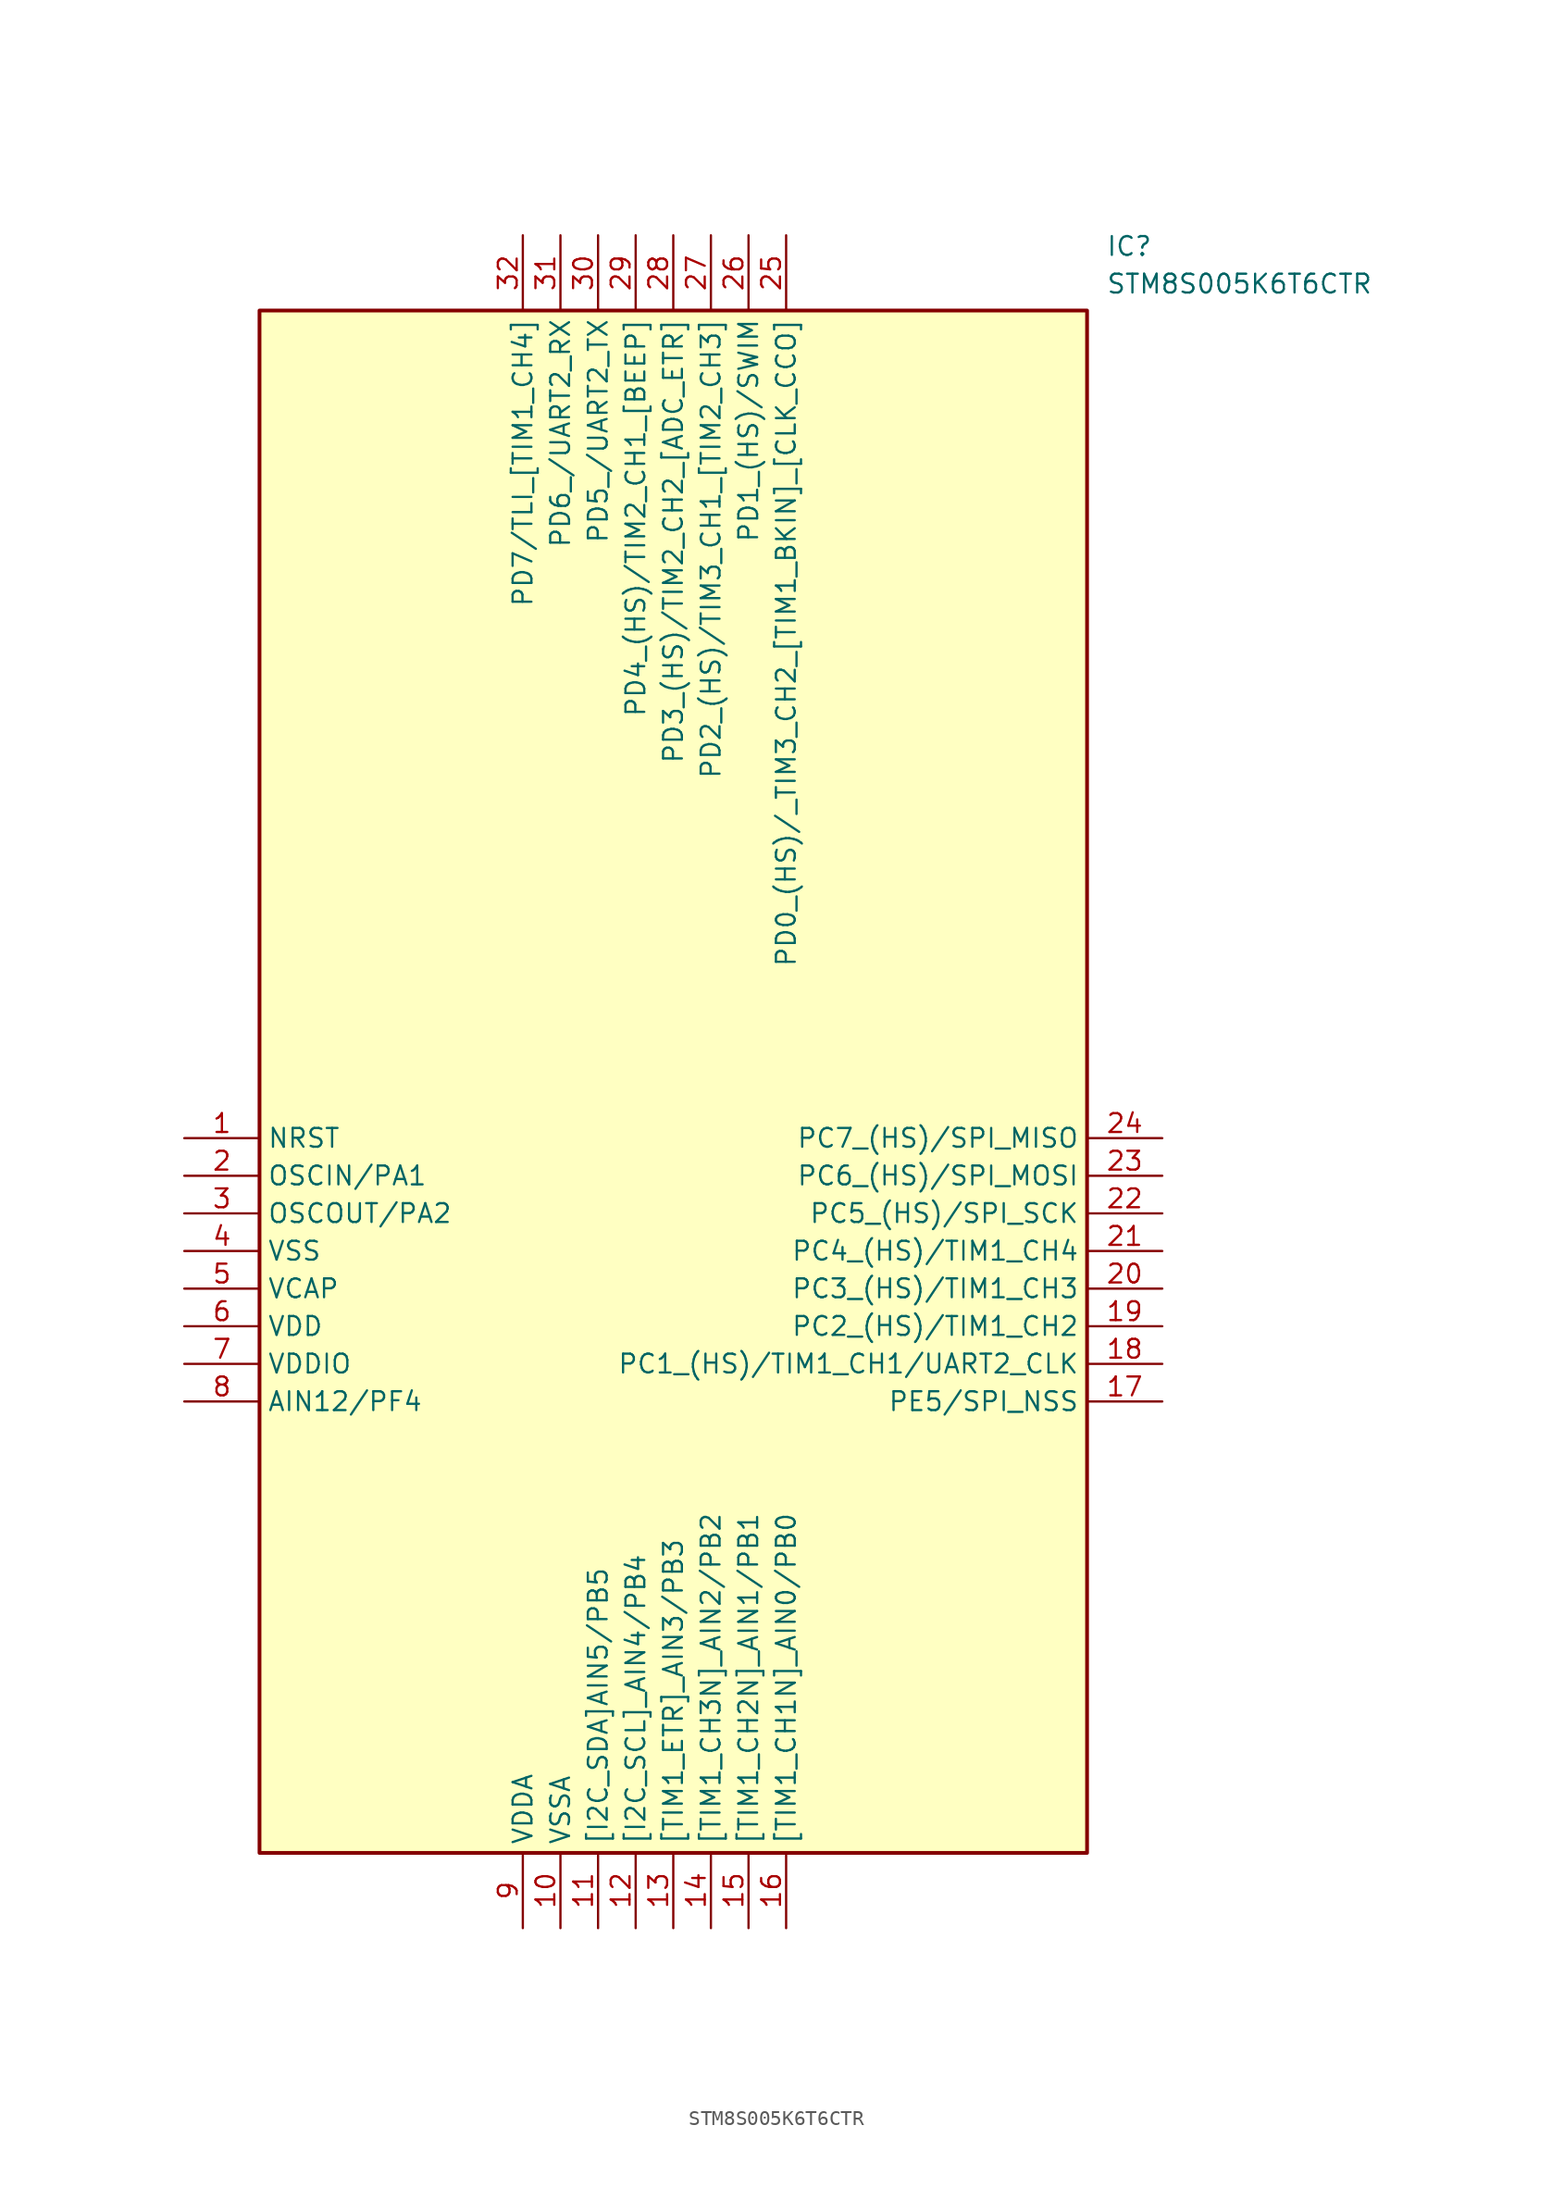
<source format=kicad_sym>
(kicad_symbol_lib
  (version 20211014)
  (generator SamacSys_ECAD_Model)
  (symbol "STM8S005K6T6CTR"
    (property "Reference" "IC"
      (at 62.23 60.96 0)
      (effects (font (size 1.27 1.27)) (justify left top)))
    (property "Value" "STM8S005K6T6CTR"
      (at 62.23 58.42 0)
      (effects (font (size 1.27 1.27)) (justify left top)))
    (rectangle
      (start 5.08 55.88)
      (end 60.96 -48.26)
      (stroke (width 0.254) (type default))
      (fill (type background)))
    (pin input line
      (at 0 0 0)
      (length 5.08)
      (name "NRST" (effects (font (size 1.27 1.27))))
      (number "1" (effects (font (size 1.27 1.27)))))
    (pin input line
      (at 0 -2.54 0)
      (length 5.08)
      (name "OSCIN/PA1" (effects (font (size 1.27 1.27))))
      (number "2" (effects (font (size 1.27 1.27)))))
    (pin output line
      (at 0 -5.08 0)
      (length 5.08)
      (name "OSCOUT/PA2" (effects (font (size 1.27 1.27))))
      (number "3" (effects (font (size 1.27 1.27)))))
    (pin power_in line
      (at 0 -7.62 0)
      (length 5.08)
      (name "VSS" (effects (font (size 1.27 1.27))))
      (number "4" (effects (font (size 1.27 1.27)))))
    (pin passive line
      (at 0 -10.16 0)
      (length 5.08)
      (name "VCAP" (effects (font (size 1.27 1.27))))
      (number "5" (effects (font (size 1.27 1.27)))))
    (pin power_in line
      (at 0 -12.7 0)
      (length 5.08)
      (name "VDD" (effects (font (size 1.27 1.27))))
      (number "6" (effects (font (size 1.27 1.27)))))
    (pin power_in line
      (at 0 -15.24 0)
      (length 5.08)
      (name "VDDIO" (effects (font (size 1.27 1.27))))
      (number "7" (effects (font (size 1.27 1.27)))))
    (pin input line
      (at 0 -17.78 0)
      (length 5.08)
      (name "AIN12/PF4" (effects (font (size 1.27 1.27))))
      (number "8" (effects (font (size 1.27 1.27)))))
    (pin power_in line
      (at 22.86 -53.34 90)
      (length 5.08)
      (name "VDDA" (effects (font (size 1.27 1.27))))
      (number "9" (effects (font (size 1.27 1.27)))))
    (pin power_in line
      (at 25.4 -53.34 90)
      (length 5.08)
      (name "VSSA" (effects (font (size 1.27 1.27))))
      (number "10" (effects (font (size 1.27 1.27)))))
    (pin input line
      (at 27.94 -53.34 90)
      (length 5.08)
      (name "[I2C_SDA]AIN5/PB5" (effects (font (size 1.27 1.27))))
      (number "11" (effects (font (size 1.27 1.27)))))
    (pin input line
      (at 30.48 -53.34 90)
      (length 5.08)
      (name "[I2C_SCL]_AIN4/PB4" (effects (font (size 1.27 1.27))))
      (number "12" (effects (font (size 1.27 1.27)))))
    (pin input line
      (at 33.02 -53.34 90)
      (length 5.08)
      (name "[TIM1_ETR]_AIN3/PB3" (effects (font (size 1.27 1.27))))
      (number "13" (effects (font (size 1.27 1.27)))))
    (pin input line
      (at 35.56 -53.34 90)
      (length 5.08)
      (name "[TIM1_CH3N]_AIN2/PB2" (effects (font (size 1.27 1.27))))
      (number "14" (effects (font (size 1.27 1.27)))))
    (pin input line
      (at 38.1 -53.34 90)
      (length 5.08)
      (name "[TIM1_CH2N]_AIN1/PB1" (effects (font (size 1.27 1.27))))
      (number "15" (effects (font (size 1.27 1.27)))))
    (pin input line
      (at 40.64 -53.34 90)
      (length 5.08)
      (name "[TIM1_CH1N]_AIN0/PB0" (effects (font (size 1.27 1.27))))
      (number "16" (effects (font (size 1.27 1.27)))))
    (pin passive line
      (at 66.04 0 180)
      (length 5.08)
      (name "PC7_(HS)/SPI_MISO" (effects (font (size 1.27 1.27))))
      (number "24" (effects (font (size 1.27 1.27)))))
    (pin passive line
      (at 66.04 -2.54 180)
      (length 5.08)
      (name "PC6_(HS)/SPI_MOSI" (effects (font (size 1.27 1.27))))
      (number "23" (effects (font (size 1.27 1.27)))))
    (pin passive line
      (at 66.04 -5.08 180)
      (length 5.08)
      (name "PC5_(HS)/SPI_SCK" (effects (font (size 1.27 1.27))))
      (number "22" (effects (font (size 1.27 1.27)))))
    (pin passive line
      (at 66.04 -7.62 180)
      (length 5.08)
      (name "PC4_(HS)/TIM1_CH4" (effects (font (size 1.27 1.27))))
      (number "21" (effects (font (size 1.27 1.27)))))
    (pin passive line
      (at 66.04 -10.16 180)
      (length 5.08)
      (name "PC3_(HS)/TIM1_CH3" (effects (font (size 1.27 1.27))))
      (number "20" (effects (font (size 1.27 1.27)))))
    (pin passive line
      (at 66.04 -12.7 180)
      (length 5.08)
      (name "PC2_(HS)/TIM1_CH2" (effects (font (size 1.27 1.27))))
      (number "19" (effects (font (size 1.27 1.27)))))
    (pin input line
      (at 66.04 -15.24 180)
      (length 5.08)
      (name "PC1_(HS)/TIM1_CH1/UART2_CLK" (effects (font (size 1.27 1.27))))
      (number "18" (effects (font (size 1.27 1.27)))))
    (pin passive line
      (at 66.04 -17.78 180)
      (length 5.08)
      (name "PE5/SPI_NSS" (effects (font (size 1.27 1.27))))
      (number "17" (effects (font (size 1.27 1.27)))))
    (pin passive line
      (at 22.86 60.96 270)
      (length 5.08)
      (name "PD7/TLI_[TIM1_CH4]" (effects (font (size 1.27 1.27))))
      (number "32" (effects (font (size 1.27 1.27)))))
    (pin passive line
      (at 25.4 60.96 270)
      (length 5.08)
      (name "PD6_/UART2_RX" (effects (font (size 1.27 1.27))))
      (number "31" (effects (font (size 1.27 1.27)))))
    (pin passive line
      (at 27.94 60.96 270)
      (length 5.08)
      (name "PD5_/UART2_TX" (effects (font (size 1.27 1.27))))
      (number "30" (effects (font (size 1.27 1.27)))))
    (pin passive line
      (at 30.48 60.96 270)
      (length 5.08)
      (name "PD4_(HS)/TIM2_CH1_[BEEP]" (effects (font (size 1.27 1.27))))
      (number "29" (effects (font (size 1.27 1.27)))))
    (pin passive line
      (at 33.02 60.96 270)
      (length 5.08)
      (name "PD3_(HS)/TIM2_CH2_[ADC_ETR]" (effects (font (size 1.27 1.27))))
      (number "28" (effects (font (size 1.27 1.27)))))
    (pin passive line
      (at 35.56 60.96 270)
      (length 5.08)
      (name "PD2_(HS)/TIM3_CH1_[TIM2_CH3]" (effects (font (size 1.27 1.27))))
      (number "27" (effects (font (size 1.27 1.27)))))
    (pin passive line
      (at 38.1 60.96 270)
      (length 5.08)
      (name "PD1_(HS)/SWIM" (effects (font (size 1.27 1.27))))
      (number "26" (effects (font (size 1.27 1.27)))))
    (pin input line
      (at 40.64 60.96 270)
      (length 5.08)
      (name "PD0_(HS)/_TIM3_CH2_[TIM1_BKIN]_[CLK_CCO]" (effects (font (size 1.27 1.27))))
      (number "25" (effects (font (size 1.27 1.27)))))))
</source>
